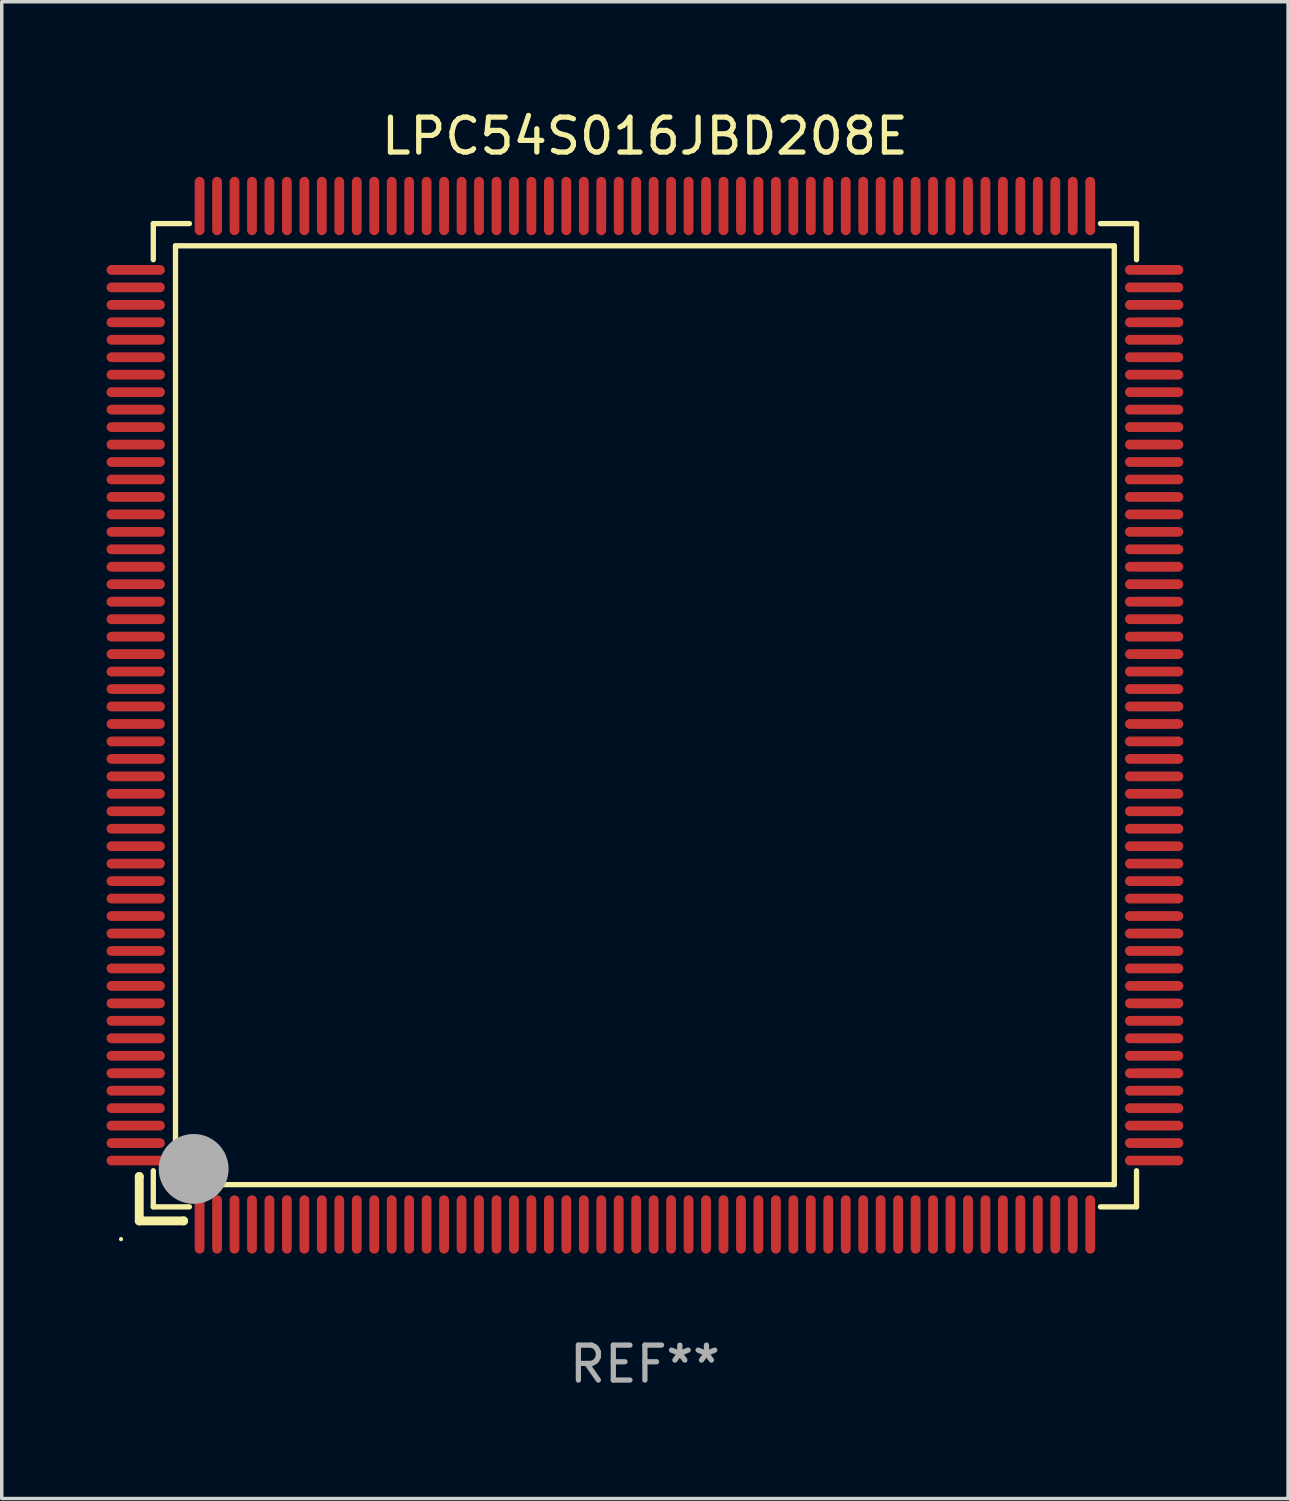
<source format=kicad_pcb>
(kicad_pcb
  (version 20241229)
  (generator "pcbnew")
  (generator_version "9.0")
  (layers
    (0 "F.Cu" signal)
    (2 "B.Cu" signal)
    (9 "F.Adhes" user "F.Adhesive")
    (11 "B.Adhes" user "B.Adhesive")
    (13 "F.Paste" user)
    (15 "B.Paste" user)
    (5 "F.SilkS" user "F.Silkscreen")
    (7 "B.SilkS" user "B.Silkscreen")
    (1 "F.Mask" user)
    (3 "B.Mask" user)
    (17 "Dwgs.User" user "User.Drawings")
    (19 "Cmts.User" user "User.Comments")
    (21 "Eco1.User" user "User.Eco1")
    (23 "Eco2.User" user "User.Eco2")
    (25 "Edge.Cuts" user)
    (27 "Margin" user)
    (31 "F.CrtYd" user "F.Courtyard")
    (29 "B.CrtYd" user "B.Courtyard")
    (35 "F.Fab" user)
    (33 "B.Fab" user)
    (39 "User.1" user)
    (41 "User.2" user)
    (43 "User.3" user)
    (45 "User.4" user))
  (footprint "LPC54S016JBD208E"
    (layer "F.Cu")
    (at 15.415 17.428)
    (property "Reference" "LPC54S016JBD208E" (at 0 -16.58 0) (layer "F.SilkS") (effects (font (size 1 1) (thickness 0.15))))
    (attr through_hole)
    (fp_line (start -14.478 13.208) (end -14.478 13.208) (stroke (width 0.254) (type solid)) (layer "F.SilkS"))
    (fp_line (start -14.478 13.208) (end -14.478 14.478) (stroke (width 0.254) (type solid)) (layer "F.SilkS"))
    (fp_line (start -14.478 14.478) (end -13.208 14.478) (stroke (width 0.254) (type solid)) (layer "F.SilkS"))
    (fp_line (start -14.076 -14.076) (end -14.076 -13.042) (stroke (width 0.152) (type solid)) (layer "F.SilkS"))
    (fp_line (start -14.076 14.076) (end -14.076 13.042) (stroke (width 0.152) (type solid)) (layer "F.SilkS"))
    (fp_line (start -13.44 -13.44) (end 13.44 -13.44) (stroke (width 0.152) (type solid)) (layer "F.SilkS"))
    (fp_line (start -13.44 13.44) (end -13.44 -13.44) (stroke (width 0.152) (type solid)) (layer "F.SilkS"))
    (fp_line (start -13.208 14.478) (end -13.208 14.478) (stroke (width 0.254) (type solid)) (layer "F.SilkS"))
    (fp_line (start -13.042 -14.076) (end -14.076 -14.076) (stroke (width 0.152) (type solid)) (layer "F.SilkS"))
    (fp_line (start -13.042 14.076) (end -14.076 14.076) (stroke (width 0.152) (type solid)) (layer "F.SilkS"))
    (fp_line (start 13.042 -14.076) (end 14.076 -14.076) (stroke (width 0.152) (type solid)) (layer "F.SilkS"))
    (fp_line (start 13.042 14.076) (end 14.076 14.076) (stroke (width 0.152) (type solid)) (layer "F.SilkS"))
    (fp_line (start 13.44 -13.44) (end 13.44 13.44) (stroke (width 0.152) (type solid)) (layer "F.SilkS"))
    (fp_line (start 13.44 13.44) (end -13.44 13.44) (stroke (width 0.152) (type solid)) (layer "F.SilkS"))
    (fp_line (start 14.076 -14.076) (end 14.076 -13.042) (stroke (width 0.152) (type solid)) (layer "F.SilkS"))
    (fp_line (start 14.076 14.076) (end 14.076 13.042) (stroke (width 0.152) (type solid)) (layer "F.SilkS"))
    (fp_circle (center -15 15) (end -14.97 15) (stroke (width 0.06) (type solid)) (fill no) (layer "F.SilkS"))
    (fp_circle (center -13.138 13.138) (end -13.063 13.138) (stroke (width 0.15) (type solid)) (fill no) (layer "F.SilkS"))
    (fp_circle (center -12.92 12.99) (end -12.42 12.99) (stroke (width 1) (type solid)) (fill no) (layer "F.Fab"))
    (fp_text user "REF**" (at 0 18.58 0) (layer "F.Fab") (effects (font (size 1 1) (thickness 0.15))))
    (pad "1" smd oval (at -12.75 14.58) (size 0.28 1.67) (layers "F.Cu" "F.Mask" "F.Paste"))
    (pad "2" smd oval (at -12.25 14.58) (size 0.28 1.67) (layers "F.Cu" "F.Mask" "F.Paste"))
    (pad "3" smd oval (at -11.75 14.58) (size 0.28 1.67) (layers "F.Cu" "F.Mask" "F.Paste"))
    (pad "4" smd oval (at -11.25 14.58) (size 0.28 1.67) (layers "F.Cu" "F.Mask" "F.Paste"))
    (pad "5" smd oval (at -10.75 14.58) (size 0.28 1.67) (layers "F.Cu" "F.Mask" "F.Paste"))
    (pad "6" smd oval (at -10.25 14.58) (size 0.28 1.67) (layers "F.Cu" "F.Mask" "F.Paste"))
    (pad "7" smd oval (at -9.75 14.58) (size 0.28 1.67) (layers "F.Cu" "F.Mask" "F.Paste"))
    (pad "8" smd oval (at -9.25 14.58) (size 0.28 1.67) (layers "F.Cu" "F.Mask" "F.Paste"))
    (pad "9" smd oval (at -8.75 14.58) (size 0.28 1.67) (layers "F.Cu" "F.Mask" "F.Paste"))
    (pad "10" smd oval (at -8.25 14.58) (size 0.28 1.67) (layers "F.Cu" "F.Mask" "F.Paste"))
    (pad "11" smd oval (at -7.75 14.58) (size 0.28 1.67) (layers "F.Cu" "F.Mask" "F.Paste"))
    (pad "12" smd oval (at -7.25 14.58) (size 0.28 1.67) (layers "F.Cu" "F.Mask" "F.Paste"))
    (pad "13" smd oval (at -6.75 14.58) (size 0.28 1.67) (layers "F.Cu" "F.Mask" "F.Paste"))
    (pad "14" smd oval (at -6.25 14.58) (size 0.28 1.67) (layers "F.Cu" "F.Mask" "F.Paste"))
    (pad "15" smd oval (at -5.75 14.58) (size 0.28 1.67) (layers "F.Cu" "F.Mask" "F.Paste"))
    (pad "16" smd oval (at -5.25 14.58) (size 0.28 1.67) (layers "F.Cu" "F.Mask" "F.Paste"))
    (pad "17" smd oval (at -4.75 14.58) (size 0.28 1.67) (layers "F.Cu" "F.Mask" "F.Paste"))
    (pad "18" smd oval (at -4.25 14.58) (size 0.28 1.67) (layers "F.Cu" "F.Mask" "F.Paste"))
    (pad "19" smd oval (at -3.75 14.58) (size 0.28 1.67) (layers "F.Cu" "F.Mask" "F.Paste"))
    (pad "20" smd oval (at -3.25 14.58) (size 0.28 1.67) (layers "F.Cu" "F.Mask" "F.Paste"))
    (pad "21" smd oval (at -2.75 14.58) (size 0.28 1.67) (layers "F.Cu" "F.Mask" "F.Paste"))
    (pad "22" smd oval (at -2.25 14.58) (size 0.28 1.67) (layers "F.Cu" "F.Mask" "F.Paste"))
    (pad "23" smd oval (at -1.75 14.58) (size 0.28 1.67) (layers "F.Cu" "F.Mask" "F.Paste"))
    (pad "24" smd oval (at -1.25 14.58) (size 0.28 1.67) (layers "F.Cu" "F.Mask" "F.Paste"))
    (pad "25" smd oval (at -0.75 14.58) (size 0.28 1.67) (layers "F.Cu" "F.Mask" "F.Paste"))
    (pad "26" smd oval (at -0.25 14.58) (size 0.28 1.67) (layers "F.Cu" "F.Mask" "F.Paste"))
    (pad "27" smd oval (at 0.25 14.58) (size 0.28 1.67) (layers "F.Cu" "F.Mask" "F.Paste"))
    (pad "28" smd oval (at 0.75 14.58) (size 0.28 1.67) (layers "F.Cu" "F.Mask" "F.Paste"))
    (pad "29" smd oval (at 1.25 14.58) (size 0.28 1.67) (layers "F.Cu" "F.Mask" "F.Paste"))
    (pad "30" smd oval (at 1.75 14.58) (size 0.28 1.67) (layers "F.Cu" "F.Mask" "F.Paste"))
    (pad "31" smd oval (at 2.25 14.58) (size 0.28 1.67) (layers "F.Cu" "F.Mask" "F.Paste"))
    (pad "32" smd oval (at 2.75 14.58) (size 0.28 1.67) (layers "F.Cu" "F.Mask" "F.Paste"))
    (pad "33" smd oval (at 3.25 14.58) (size 0.28 1.67) (layers "F.Cu" "F.Mask" "F.Paste"))
    (pad "34" smd oval (at 3.75 14.58) (size 0.28 1.67) (layers "F.Cu" "F.Mask" "F.Paste"))
    (pad "35" smd oval (at 4.25 14.58) (size 0.28 1.67) (layers "F.Cu" "F.Mask" "F.Paste"))
    (pad "36" smd oval (at 4.75 14.58) (size 0.28 1.67) (layers "F.Cu" "F.Mask" "F.Paste"))
    (pad "37" smd oval (at 5.25 14.58) (size 0.28 1.67) (layers "F.Cu" "F.Mask" "F.Paste"))
    (pad "38" smd oval (at 5.75 14.58) (size 0.28 1.67) (layers "F.Cu" "F.Mask" "F.Paste"))
    (pad "39" smd oval (at 6.25 14.58) (size 0.28 1.67) (layers "F.Cu" "F.Mask" "F.Paste"))
    (pad "40" smd oval (at 6.75 14.58) (size 0.28 1.67) (layers "F.Cu" "F.Mask" "F.Paste"))
    (pad "41" smd oval (at 7.25 14.58) (size 0.28 1.67) (layers "F.Cu" "F.Mask" "F.Paste"))
    (pad "42" smd oval (at 7.75 14.58) (size 0.28 1.67) (layers "F.Cu" "F.Mask" "F.Paste"))
    (pad "43" smd oval (at 8.25 14.58) (size 0.28 1.67) (layers "F.Cu" "F.Mask" "F.Paste"))
    (pad "44" smd oval (at 8.75 14.58) (size 0.28 1.67) (layers "F.Cu" "F.Mask" "F.Paste"))
    (pad "45" smd oval (at 9.25 14.58) (size 0.28 1.67) (layers "F.Cu" "F.Mask" "F.Paste"))
    (pad "46" smd oval (at 9.75 14.58) (size 0.28 1.67) (layers "F.Cu" "F.Mask" "F.Paste"))
    (pad "47" smd oval (at 10.25 14.58) (size 0.28 1.67) (layers "F.Cu" "F.Mask" "F.Paste"))
    (pad "48" smd oval (at 10.75 14.58) (size 0.28 1.67) (layers "F.Cu" "F.Mask" "F.Paste"))
    (pad "49" smd oval (at 11.25 14.58) (size 0.28 1.67) (layers "F.Cu" "F.Mask" "F.Paste"))
    (pad "50" smd oval (at 11.75 14.58) (size 0.28 1.67) (layers "F.Cu" "F.Mask" "F.Paste"))
    (pad "51" smd oval (at 12.25 14.58) (size 0.28 1.67) (layers "F.Cu" "F.Mask" "F.Paste"))
    (pad "52" smd oval (at 12.75 14.58) (size 0.28 1.67) (layers "F.Cu" "F.Mask" "F.Paste"))
    (pad "53" smd oval (at 14.58 12.75) (size 1.67 0.28) (layers "F.Cu" "F.Mask" "F.Paste"))
    (pad "54" smd oval (at 14.58 12.25) (size 1.67 0.28) (layers "F.Cu" "F.Mask" "F.Paste"))
    (pad "55" smd oval (at 14.58 11.75) (size 1.67 0.28) (layers "F.Cu" "F.Mask" "F.Paste"))
    (pad "56" smd oval (at 14.58 11.25) (size 1.67 0.28) (layers "F.Cu" "F.Mask" "F.Paste"))
    (pad "57" smd oval (at 14.58 10.75) (size 1.67 0.28) (layers "F.Cu" "F.Mask" "F.Paste"))
    (pad "58" smd oval (at 14.58 10.25) (size 1.67 0.28) (layers "F.Cu" "F.Mask" "F.Paste"))
    (pad "59" smd oval (at 14.58 9.75) (size 1.67 0.28) (layers "F.Cu" "F.Mask" "F.Paste"))
    (pad "60" smd oval (at 14.58 9.25) (size 1.67 0.28) (layers "F.Cu" "F.Mask" "F.Paste"))
    (pad "61" smd oval (at 14.58 8.75) (size 1.67 0.28) (layers "F.Cu" "F.Mask" "F.Paste"))
    (pad "62" smd oval (at 14.58 8.25) (size 1.67 0.28) (layers "F.Cu" "F.Mask" "F.Paste"))
    (pad "63" smd oval (at 14.58 7.75) (size 1.67 0.28) (layers "F.Cu" "F.Mask" "F.Paste"))
    (pad "64" smd oval (at 14.58 7.25) (size 1.67 0.28) (layers "F.Cu" "F.Mask" "F.Paste"))
    (pad "65" smd oval (at 14.58 6.75) (size 1.67 0.28) (layers "F.Cu" "F.Mask" "F.Paste"))
    (pad "66" smd oval (at 14.58 6.25) (size 1.67 0.28) (layers "F.Cu" "F.Mask" "F.Paste"))
    (pad "67" smd oval (at 14.58 5.75) (size 1.67 0.28) (layers "F.Cu" "F.Mask" "F.Paste"))
    (pad "68" smd oval (at 14.58 5.25) (size 1.67 0.28) (layers "F.Cu" "F.Mask" "F.Paste"))
    (pad "69" smd oval (at 14.58 4.75) (size 1.67 0.28) (layers "F.Cu" "F.Mask" "F.Paste"))
    (pad "70" smd oval (at 14.58 4.25) (size 1.67 0.28) (layers "F.Cu" "F.Mask" "F.Paste"))
    (pad "71" smd oval (at 14.58 3.75) (size 1.67 0.28) (layers "F.Cu" "F.Mask" "F.Paste"))
    (pad "72" smd oval (at 14.58 3.25) (size 1.67 0.28) (layers "F.Cu" "F.Mask" "F.Paste"))
    (pad "73" smd oval (at 14.58 2.75) (size 1.67 0.28) (layers "F.Cu" "F.Mask" "F.Paste"))
    (pad "74" smd oval (at 14.58 2.25) (size 1.67 0.28) (layers "F.Cu" "F.Mask" "F.Paste"))
    (pad "75" smd oval (at 14.58 1.75) (size 1.67 0.28) (layers "F.Cu" "F.Mask" "F.Paste"))
    (pad "76" smd oval (at 14.58 1.25) (size 1.67 0.28) (layers "F.Cu" "F.Mask" "F.Paste"))
    (pad "77" smd oval (at 14.58 0.75) (size 1.67 0.28) (layers "F.Cu" "F.Mask" "F.Paste"))
    (pad "78" smd oval (at 14.58 0.25) (size 1.67 0.28) (layers "F.Cu" "F.Mask" "F.Paste"))
    (pad "79" smd oval (at 14.58 -0.25) (size 1.67 0.28) (layers "F.Cu" "F.Mask" "F.Paste"))
    (pad "80" smd oval (at 14.58 -0.75) (size 1.67 0.28) (layers "F.Cu" "F.Mask" "F.Paste"))
    (pad "81" smd oval (at 14.58 -1.25) (size 1.67 0.28) (layers "F.Cu" "F.Mask" "F.Paste"))
    (pad "82" smd oval (at 14.58 -1.75) (size 1.67 0.28) (layers "F.Cu" "F.Mask" "F.Paste"))
    (pad "83" smd oval (at 14.58 -2.25) (size 1.67 0.28) (layers "F.Cu" "F.Mask" "F.Paste"))
    (pad "84" smd oval (at 14.58 -2.75) (size 1.67 0.28) (layers "F.Cu" "F.Mask" "F.Paste"))
    (pad "85" smd oval (at 14.58 -3.25) (size 1.67 0.28) (layers "F.Cu" "F.Mask" "F.Paste"))
    (pad "86" smd oval (at 14.58 -3.75) (size 1.67 0.28) (layers "F.Cu" "F.Mask" "F.Paste"))
    (pad "87" smd oval (at 14.58 -4.25) (size 1.67 0.28) (layers "F.Cu" "F.Mask" "F.Paste"))
    (pad "88" smd oval (at 14.58 -4.75) (size 1.67 0.28) (layers "F.Cu" "F.Mask" "F.Paste"))
    (pad "89" smd oval (at 14.58 -5.25) (size 1.67 0.28) (layers "F.Cu" "F.Mask" "F.Paste"))
    (pad "90" smd oval (at 14.58 -5.75) (size 1.67 0.28) (layers "F.Cu" "F.Mask" "F.Paste"))
    (pad "91" smd oval (at 14.58 -6.25) (size 1.67 0.28) (layers "F.Cu" "F.Mask" "F.Paste"))
    (pad "92" smd oval (at 14.58 -6.75) (size 1.67 0.28) (layers "F.Cu" "F.Mask" "F.Paste"))
    (pad "93" smd oval (at 14.58 -7.25) (size 1.67 0.28) (layers "F.Cu" "F.Mask" "F.Paste"))
    (pad "94" smd oval (at 14.58 -7.75) (size 1.67 0.28) (layers "F.Cu" "F.Mask" "F.Paste"))
    (pad "95" smd oval (at 14.58 -8.25) (size 1.67 0.28) (layers "F.Cu" "F.Mask" "F.Paste"))
    (pad "96" smd oval (at 14.58 -8.75) (size 1.67 0.28) (layers "F.Cu" "F.Mask" "F.Paste"))
    (pad "97" smd oval (at 14.58 -9.25) (size 1.67 0.28) (layers "F.Cu" "F.Mask" "F.Paste"))
    (pad "98" smd oval (at 14.58 -9.75) (size 1.67 0.28) (layers "F.Cu" "F.Mask" "F.Paste"))
    (pad "99" smd oval (at 14.58 -10.25) (size 1.67 0.28) (layers "F.Cu" "F.Mask" "F.Paste"))
    (pad "100" smd oval (at 14.58 -10.75) (size 1.67 0.28) (layers "F.Cu" "F.Mask" "F.Paste"))
    (pad "101" smd oval (at 14.58 -11.25) (size 1.67 0.28) (layers "F.Cu" "F.Mask" "F.Paste"))
    (pad "102" smd oval (at 14.58 -11.75) (size 1.67 0.28) (layers "F.Cu" "F.Mask" "F.Paste"))
    (pad "103" smd oval (at 14.58 -12.25) (size 1.67 0.28) (layers "F.Cu" "F.Mask" "F.Paste"))
    (pad "104" smd oval (at 14.58 -12.75) (size 1.67 0.28) (layers "F.Cu" "F.Mask" "F.Paste"))
    (pad "105" smd oval (at 12.75 -14.58) (size 0.28 1.67) (layers "F.Cu" "F.Mask" "F.Paste"))
    (pad "106" smd oval (at 12.25 -14.58) (size 0.28 1.67) (layers "F.Cu" "F.Mask" "F.Paste"))
    (pad "107" smd oval (at 11.75 -14.58) (size 0.28 1.67) (layers "F.Cu" "F.Mask" "F.Paste"))
    (pad "108" smd oval (at 11.25 -14.58) (size 0.28 1.67) (layers "F.Cu" "F.Mask" "F.Paste"))
    (pad "109" smd oval (at 10.75 -14.58) (size 0.28 1.67) (layers "F.Cu" "F.Mask" "F.Paste"))
    (pad "110" smd oval (at 10.25 -14.58) (size 0.28 1.67) (layers "F.Cu" "F.Mask" "F.Paste"))
    (pad "111" smd oval (at 9.75 -14.58) (size 0.28 1.67) (layers "F.Cu" "F.Mask" "F.Paste"))
    (pad "112" smd oval (at 9.25 -14.58) (size 0.28 1.67) (layers "F.Cu" "F.Mask" "F.Paste"))
    (pad "113" smd oval (at 8.75 -14.58) (size 0.28 1.67) (layers "F.Cu" "F.Mask" "F.Paste"))
    (pad "114" smd oval (at 8.25 -14.58) (size 0.28 1.67) (layers "F.Cu" "F.Mask" "F.Paste"))
    (pad "115" smd oval (at 7.75 -14.58) (size 0.28 1.67) (layers "F.Cu" "F.Mask" "F.Paste"))
    (pad "116" smd oval (at 7.25 -14.58) (size 0.28 1.67) (layers "F.Cu" "F.Mask" "F.Paste"))
    (pad "117" smd oval (at 6.75 -14.58) (size 0.28 1.67) (layers "F.Cu" "F.Mask" "F.Paste"))
    (pad "118" smd oval (at 6.25 -14.58) (size 0.28 1.67) (layers "F.Cu" "F.Mask" "F.Paste"))
    (pad "119" smd oval (at 5.75 -14.58) (size 0.28 1.67) (layers "F.Cu" "F.Mask" "F.Paste"))
    (pad "120" smd oval (at 5.25 -14.58) (size 0.28 1.67) (layers "F.Cu" "F.Mask" "F.Paste"))
    (pad "121" smd oval (at 4.75 -14.58) (size 0.28 1.67) (layers "F.Cu" "F.Mask" "F.Paste"))
    (pad "122" smd oval (at 4.25 -14.58) (size 0.28 1.67) (layers "F.Cu" "F.Mask" "F.Paste"))
    (pad "123" smd oval (at 3.75 -14.58) (size 0.28 1.67) (layers "F.Cu" "F.Mask" "F.Paste"))
    (pad "124" smd oval (at 3.25 -14.58) (size 0.28 1.67) (layers "F.Cu" "F.Mask" "F.Paste"))
    (pad "125" smd oval (at 2.75 -14.58) (size 0.28 1.67) (layers "F.Cu" "F.Mask" "F.Paste"))
    (pad "126" smd oval (at 2.25 -14.58) (size 0.28 1.67) (layers "F.Cu" "F.Mask" "F.Paste"))
    (pad "127" smd oval (at 1.75 -14.58) (size 0.28 1.67) (layers "F.Cu" "F.Mask" "F.Paste"))
    (pad "128" smd oval (at 1.25 -14.58) (size 0.28 1.67) (layers "F.Cu" "F.Mask" "F.Paste"))
    (pad "129" smd oval (at 0.75 -14.58) (size 0.28 1.67) (layers "F.Cu" "F.Mask" "F.Paste"))
    (pad "130" smd oval (at 0.25 -14.58) (size 0.28 1.67) (layers "F.Cu" "F.Mask" "F.Paste"))
    (pad "131" smd oval (at -0.25 -14.58) (size 0.28 1.67) (layers "F.Cu" "F.Mask" "F.Paste"))
    (pad "132" smd oval (at -0.75 -14.58) (size 0.28 1.67) (layers "F.Cu" "F.Mask" "F.Paste"))
    (pad "133" smd oval (at -1.25 -14.58) (size 0.28 1.67) (layers "F.Cu" "F.Mask" "F.Paste"))
    (pad "134" smd oval (at -1.75 -14.58) (size 0.28 1.67) (layers "F.Cu" "F.Mask" "F.Paste"))
    (pad "135" smd oval (at -2.25 -14.58) (size 0.28 1.67) (layers "F.Cu" "F.Mask" "F.Paste"))
    (pad "136" smd oval (at -2.75 -14.58) (size 0.28 1.67) (layers "F.Cu" "F.Mask" "F.Paste"))
    (pad "137" smd oval (at -3.25 -14.58) (size 0.28 1.67) (layers "F.Cu" "F.Mask" "F.Paste"))
    (pad "138" smd oval (at -3.75 -14.58) (size 0.28 1.67) (layers "F.Cu" "F.Mask" "F.Paste"))
    (pad "139" smd oval (at -4.25 -14.58) (size 0.28 1.67) (layers "F.Cu" "F.Mask" "F.Paste"))
    (pad "140" smd oval (at -4.75 -14.58) (size 0.28 1.67) (layers "F.Cu" "F.Mask" "F.Paste"))
    (pad "141" smd oval (at -5.25 -14.58) (size 0.28 1.67) (layers "F.Cu" "F.Mask" "F.Paste"))
    (pad "142" smd oval (at -5.75 -14.58) (size 0.28 1.67) (layers "F.Cu" "F.Mask" "F.Paste"))
    (pad "143" smd oval (at -6.25 -14.58) (size 0.28 1.67) (layers "F.Cu" "F.Mask" "F.Paste"))
    (pad "144" smd oval (at -6.75 -14.58) (size 0.28 1.67) (layers "F.Cu" "F.Mask" "F.Paste"))
    (pad "145" smd oval (at -7.25 -14.58) (size 0.28 1.67) (layers "F.Cu" "F.Mask" "F.Paste"))
    (pad "146" smd oval (at -7.75 -14.58) (size 0.28 1.67) (layers "F.Cu" "F.Mask" "F.Paste"))
    (pad "147" smd oval (at -8.25 -14.58) (size 0.28 1.67) (layers "F.Cu" "F.Mask" "F.Paste"))
    (pad "148" smd oval (at -8.75 -14.58) (size 0.28 1.67) (layers "F.Cu" "F.Mask" "F.Paste"))
    (pad "149" smd oval (at -9.25 -14.58) (size 0.28 1.67) (layers "F.Cu" "F.Mask" "F.Paste"))
    (pad "150" smd oval (at -9.75 -14.58) (size 0.28 1.67) (layers "F.Cu" "F.Mask" "F.Paste"))
    (pad "151" smd oval (at -10.25 -14.58) (size 0.28 1.67) (layers "F.Cu" "F.Mask" "F.Paste"))
    (pad "152" smd oval (at -10.75 -14.58) (size 0.28 1.67) (layers "F.Cu" "F.Mask" "F.Paste"))
    (pad "153" smd oval (at -11.25 -14.58) (size 0.28 1.67) (layers "F.Cu" "F.Mask" "F.Paste"))
    (pad "154" smd oval (at -11.75 -14.58) (size 0.28 1.67) (layers "F.Cu" "F.Mask" "F.Paste"))
    (pad "155" smd oval (at -12.25 -14.58) (size 0.28 1.67) (layers "F.Cu" "F.Mask" "F.Paste"))
    (pad "156" smd oval (at -12.75 -14.58) (size 0.28 1.67) (layers "F.Cu" "F.Mask" "F.Paste"))
    (pad "157" smd oval (at -14.58 -12.75) (size 1.67 0.28) (layers "F.Cu" "F.Mask" "F.Paste"))
    (pad "158" smd oval (at -14.58 -12.25) (size 1.67 0.28) (layers "F.Cu" "F.Mask" "F.Paste"))
    (pad "159" smd oval (at -14.58 -11.75) (size 1.67 0.28) (layers "F.Cu" "F.Mask" "F.Paste"))
    (pad "160" smd oval (at -14.58 -11.25) (size 1.67 0.28) (layers "F.Cu" "F.Mask" "F.Paste"))
    (pad "161" smd oval (at -14.58 -10.75) (size 1.67 0.28) (layers "F.Cu" "F.Mask" "F.Paste"))
    (pad "162" smd oval (at -14.58 -10.25) (size 1.67 0.28) (layers "F.Cu" "F.Mask" "F.Paste"))
    (pad "163" smd oval (at -14.58 -9.75) (size 1.67 0.28) (layers "F.Cu" "F.Mask" "F.Paste"))
    (pad "164" smd oval (at -14.58 -9.25) (size 1.67 0.28) (layers "F.Cu" "F.Mask" "F.Paste"))
    (pad "165" smd oval (at -14.58 -8.75) (size 1.67 0.28) (layers "F.Cu" "F.Mask" "F.Paste"))
    (pad "166" smd oval (at -14.58 -8.25) (size 1.67 0.28) (layers "F.Cu" "F.Mask" "F.Paste"))
    (pad "167" smd oval (at -14.58 -7.75) (size 1.67 0.28) (layers "F.Cu" "F.Mask" "F.Paste"))
    (pad "168" smd oval (at -14.58 -7.25) (size 1.67 0.28) (layers "F.Cu" "F.Mask" "F.Paste"))
    (pad "169" smd oval (at -14.58 -6.75) (size 1.67 0.28) (layers "F.Cu" "F.Mask" "F.Paste"))
    (pad "170" smd oval (at -14.58 -6.25) (size 1.67 0.28) (layers "F.Cu" "F.Mask" "F.Paste"))
    (pad "171" smd oval (at -14.58 -5.75) (size 1.67 0.28) (layers "F.Cu" "F.Mask" "F.Paste"))
    (pad "172" smd oval (at -14.58 -5.25) (size 1.67 0.28) (layers "F.Cu" "F.Mask" "F.Paste"))
    (pad "173" smd oval (at -14.58 -4.75) (size 1.67 0.28) (layers "F.Cu" "F.Mask" "F.Paste"))
    (pad "174" smd oval (at -14.58 -4.25) (size 1.67 0.28) (layers "F.Cu" "F.Mask" "F.Paste"))
    (pad "175" smd oval (at -14.58 -3.75) (size 1.67 0.28) (layers "F.Cu" "F.Mask" "F.Paste"))
    (pad "176" smd oval (at -14.58 -3.25) (size 1.67 0.28) (layers "F.Cu" "F.Mask" "F.Paste"))
    (pad "177" smd oval (at -14.58 -2.75) (size 1.67 0.28) (layers "F.Cu" "F.Mask" "F.Paste"))
    (pad "178" smd oval (at -14.58 -2.25) (size 1.67 0.28) (layers "F.Cu" "F.Mask" "F.Paste"))
    (pad "179" smd oval (at -14.58 -1.75) (size 1.67 0.28) (layers "F.Cu" "F.Mask" "F.Paste"))
    (pad "180" smd oval (at -14.58 -1.25) (size 1.67 0.28) (layers "F.Cu" "F.Mask" "F.Paste"))
    (pad "181" smd oval (at -14.58 -0.75) (size 1.67 0.28) (layers "F.Cu" "F.Mask" "F.Paste"))
    (pad "182" smd oval (at -14.58 -0.25) (size 1.67 0.28) (layers "F.Cu" "F.Mask" "F.Paste"))
    (pad "183" smd oval (at -14.58 0.25) (size 1.67 0.28) (layers "F.Cu" "F.Mask" "F.Paste"))
    (pad "184" smd oval (at -14.58 0.75) (size 1.67 0.28) (layers "F.Cu" "F.Mask" "F.Paste"))
    (pad "185" smd oval (at -14.58 1.25) (size 1.67 0.28) (layers "F.Cu" "F.Mask" "F.Paste"))
    (pad "186" smd oval (at -14.58 1.75) (size 1.67 0.28) (layers "F.Cu" "F.Mask" "F.Paste"))
    (pad "187" smd oval (at -14.58 2.25) (size 1.67 0.28) (layers "F.Cu" "F.Mask" "F.Paste"))
    (pad "188" smd oval (at -14.58 2.75) (size 1.67 0.28) (layers "F.Cu" "F.Mask" "F.Paste"))
    (pad "189" smd oval (at -14.58 3.25) (size 1.67 0.28) (layers "F.Cu" "F.Mask" "F.Paste"))
    (pad "190" smd oval (at -14.58 3.75) (size 1.67 0.28) (layers "F.Cu" "F.Mask" "F.Paste"))
    (pad "191" smd oval (at -14.58 4.25) (size 1.67 0.28) (layers "F.Cu" "F.Mask" "F.Paste"))
    (pad "192" smd oval (at -14.58 4.75) (size 1.67 0.28) (layers "F.Cu" "F.Mask" "F.Paste"))
    (pad "193" smd oval (at -14.58 5.25) (size 1.67 0.28) (layers "F.Cu" "F.Mask" "F.Paste"))
    (pad "194" smd oval (at -14.58 5.75) (size 1.67 0.28) (layers "F.Cu" "F.Mask" "F.Paste"))
    (pad "195" smd oval (at -14.58 6.25) (size 1.67 0.28) (layers "F.Cu" "F.Mask" "F.Paste"))
    (pad "196" smd oval (at -14.58 6.75) (size 1.67 0.28) (layers "F.Cu" "F.Mask" "F.Paste"))
    (pad "197" smd oval (at -14.58 7.25) (size 1.67 0.28) (layers "F.Cu" "F.Mask" "F.Paste"))
    (pad "198" smd oval (at -14.58 7.75) (size 1.67 0.28) (layers "F.Cu" "F.Mask" "F.Paste"))
    (pad "199" smd oval (at -14.58 8.25) (size 1.67 0.28) (layers "F.Cu" "F.Mask" "F.Paste"))
    (pad "200" smd oval (at -14.58 8.75) (size 1.67 0.28) (layers "F.Cu" "F.Mask" "F.Paste"))
    (pad "201" smd oval (at -14.58 9.25) (size 1.67 0.28) (layers "F.Cu" "F.Mask" "F.Paste"))
    (pad "202" smd oval (at -14.58 9.75) (size 1.67 0.28) (layers "F.Cu" "F.Mask" "F.Paste"))
    (pad "203" smd oval (at -14.58 10.25) (size 1.67 0.28) (layers "F.Cu" "F.Mask" "F.Paste"))
    (pad "204" smd oval (at -14.58 10.75) (size 1.67 0.28) (layers "F.Cu" "F.Mask" "F.Paste"))
    (pad "205" smd oval (at -14.58 11.25) (size 1.67 0.28) (layers "F.Cu" "F.Mask" "F.Paste"))
    (pad "206" smd oval (at -14.58 11.75) (size 1.67 0.28) (layers "F.Cu" "F.Mask" "F.Paste"))
    (pad "207" smd oval (at -14.58 12.25) (size 1.67 0.28) (layers "F.Cu" "F.Mask" "F.Paste"))
    (pad "208" smd oval (at -14.58 12.75) (size 1.67 0.28) (layers "F.Cu" "F.Mask" "F.Paste")))
  (gr_rect
    (start -3 -3)
    (end 33.83 39.856)
    (stroke (width 0.1) (type default))
    (fill no)
    (layer "Edge.Cuts")))
</source>
